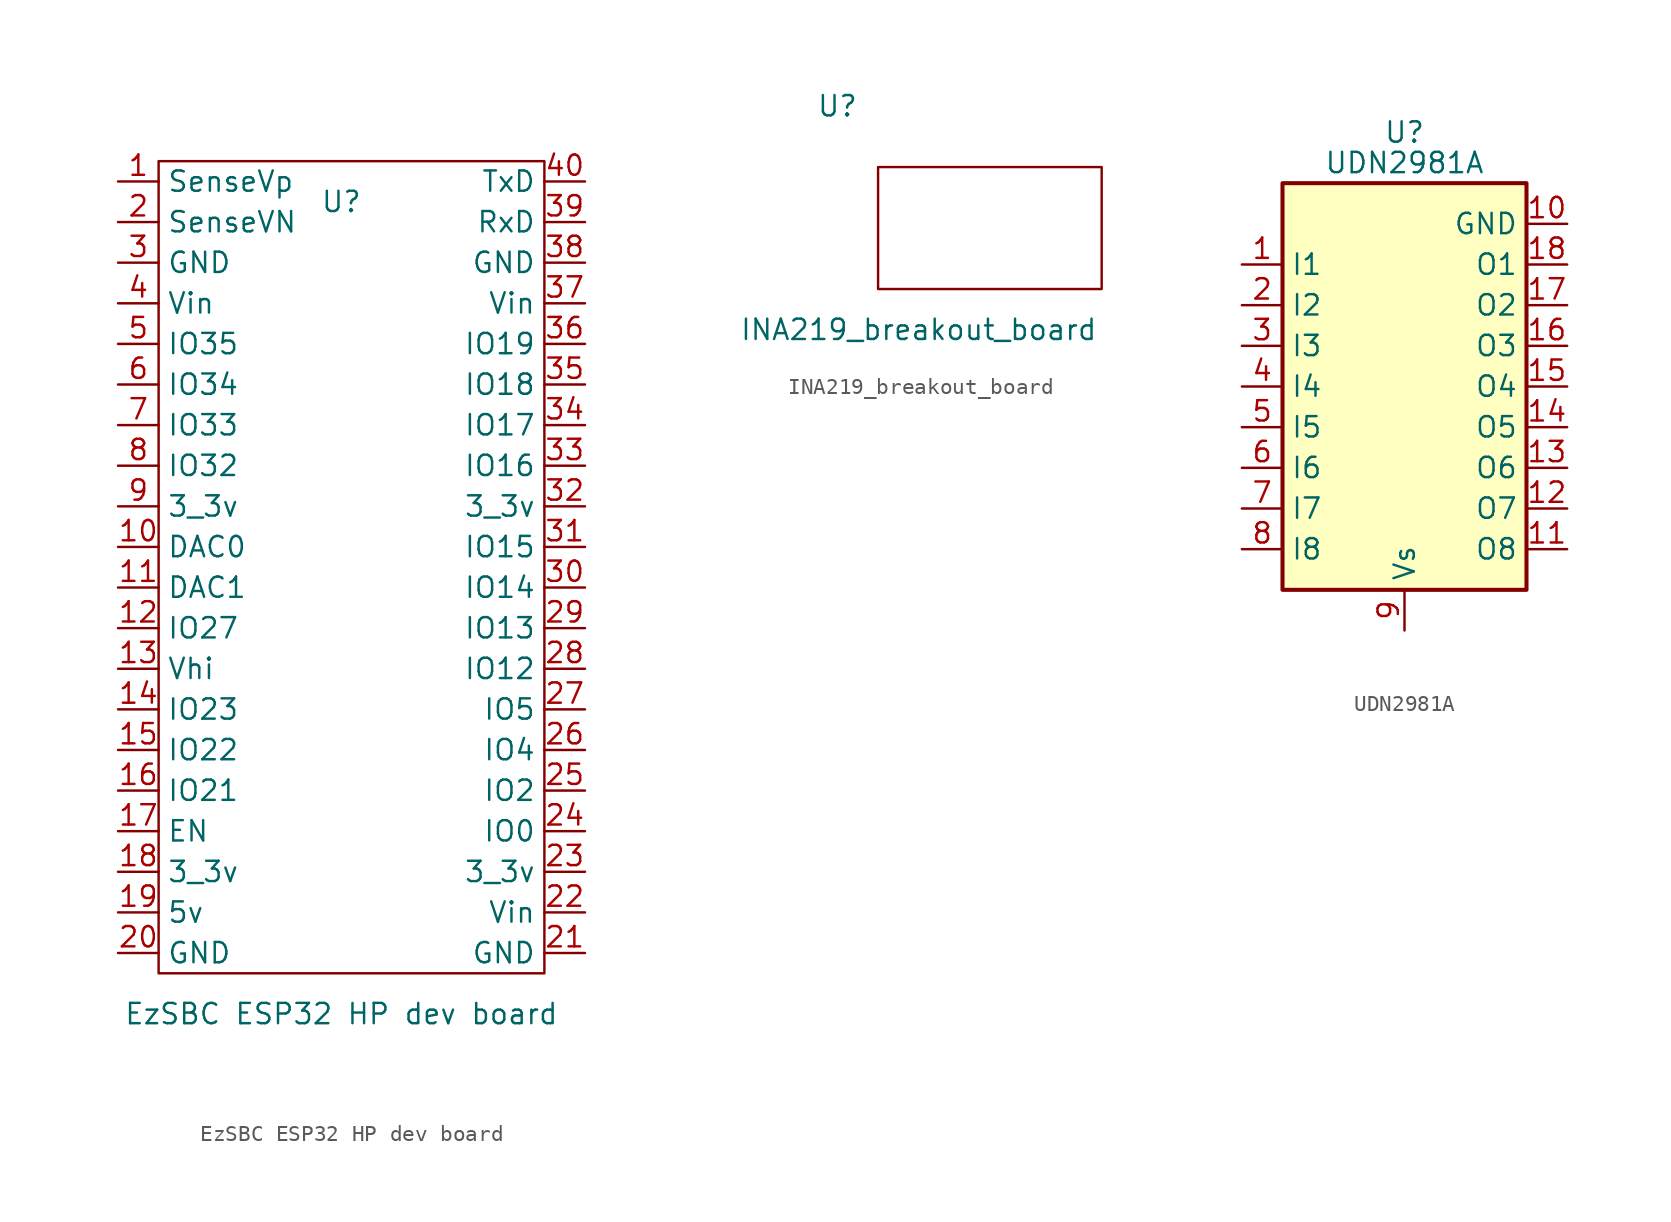
<source format=kicad_sym>
(kicad_symbol_lib
  (version 20211014)
  (generator kicad_symbol_editor)
  (symbol "EzSBC ESP32 HP dev board"
    (property "Reference" "U"
      (at 11.43 -2.54 0)
      (effects (font (size 1.27 1.27))))
    (property "Value" "EzSBC ESP32 HP dev board"
      (at 11.43 -53.34 0)
      (effects (font (size 1.27 1.27))))
    (symbol "EzSBC ESP32 HP dev board_0_1"
      (rectangle (start 0 0) (end 24.13 -50.8) (stroke (width 0) (type default) (color 0 0 0 0)) (fill (type none))))
    (symbol "EzSBC ESP32 HP dev board_1_1"
      (pin unspecified line (at -2.54 -1.27 0) (length 2.54) (name "SenseVp" (effects (font (size 1.27 1.27)))) (number "1" (effects (font (size 1.27 1.27)))))
      (pin unspecified line (at -2.54 -24.13 0) (length 2.54) (name "DAC0" (effects (font (size 1.27 1.27)))) (number "10" (effects (font (size 1.27 1.27)))))
      (pin unspecified line (at -2.54 -26.67 0) (length 2.54) (name "DAC1" (effects (font (size 1.27 1.27)))) (number "11" (effects (font (size 1.27 1.27)))))
      (pin unspecified line (at -2.54 -29.21 0) (length 2.54) (name "IO27" (effects (font (size 1.27 1.27)))) (number "12" (effects (font (size 1.27 1.27)))))
      (pin unspecified line (at -2.54 -31.75 0) (length 2.54) (name "Vhi" (effects (font (size 1.27 1.27)))) (number "13" (effects (font (size 1.27 1.27)))))
      (pin unspecified line (at -2.54 -34.29 0) (length 2.54) (name "IO23" (effects (font (size 1.27 1.27)))) (number "14" (effects (font (size 1.27 1.27)))))
      (pin unspecified line (at -2.54 -36.83 0) (length 2.54) (name "IO22" (effects (font (size 1.27 1.27)))) (number "15" (effects (font (size 1.27 1.27)))))
      (pin unspecified line (at -2.54 -39.37 0) (length 2.54) (name "IO21" (effects (font (size 1.27 1.27)))) (number "16" (effects (font (size 1.27 1.27)))))
      (pin unspecified line (at -2.54 -41.91 0) (length 2.54) (name "EN" (effects (font (size 1.27 1.27)))) (number "17" (effects (font (size 1.27 1.27)))))
      (pin unspecified line (at -2.54 -44.45 0) (length 2.54) (name "3_3v" (effects (font (size 1.27 1.27)))) (number "18" (effects (font (size 1.27 1.27)))))
      (pin unspecified line (at -2.54 -46.99 0) (length 2.54) (name "5v" (effects (font (size 1.27 1.27)))) (number "19" (effects (font (size 1.27 1.27)))))
      (pin unspecified line (at -2.54 -3.81 0) (length 2.54) (name "SenseVN" (effects (font (size 1.27 1.27)))) (number "2" (effects (font (size 1.27 1.27)))))
      (pin unspecified line (at -2.54 -49.53 0) (length 2.54) (name "GND" (effects (font (size 1.27 1.27)))) (number "20" (effects (font (size 1.27 1.27)))))
      (pin unspecified line (at 26.67 -49.53 180) (length 2.54) (name "GND" (effects (font (size 1.27 1.27)))) (number "21" (effects (font (size 1.27 1.27)))))
      (pin unspecified line (at 26.67 -46.99 180) (length 2.54) (name "Vin" (effects (font (size 1.27 1.27)))) (number "22" (effects (font (size 1.27 1.27)))))
      (pin unspecified line (at 26.67 -44.45 180) (length 2.54) (name "3_3v" (effects (font (size 1.27 1.27)))) (number "23" (effects (font (size 1.27 1.27)))))
      (pin unspecified line (at 26.67 -41.91 180) (length 2.54) (name "IO0" (effects (font (size 1.27 1.27)))) (number "24" (effects (font (size 1.27 1.27)))))
      (pin unspecified line (at 26.67 -39.37 180) (length 2.54) (name "IO2" (effects (font (size 1.27 1.27)))) (number "25" (effects (font (size 1.27 1.27)))))
      (pin unspecified line (at 26.67 -36.83 180) (length 2.54) (name "IO4" (effects (font (size 1.27 1.27)))) (number "26" (effects (font (size 1.27 1.27)))))
      (pin unspecified line (at 26.67 -34.29 180) (length 2.54) (name "IO5" (effects (font (size 1.27 1.27)))) (number "27" (effects (font (size 1.27 1.27)))))
      (pin unspecified line (at 26.67 -31.75 180) (length 2.54) (name "IO12" (effects (font (size 1.27 1.27)))) (number "28" (effects (font (size 1.27 1.27)))))
      (pin unspecified line (at 26.67 -29.21 180) (length 2.54) (name "IO13" (effects (font (size 1.27 1.27)))) (number "29" (effects (font (size 1.27 1.27)))))
      (pin unspecified line (at -2.54 -6.35 0) (length 2.54) (name "GND" (effects (font (size 1.27 1.27)))) (number "3" (effects (font (size 1.27 1.27)))))
      (pin unspecified line (at 26.67 -26.67 180) (length 2.54) (name "IO14" (effects (font (size 1.27 1.27)))) (number "30" (effects (font (size 1.27 1.27)))))
      (pin unspecified line (at 26.67 -24.13 180) (length 2.54) (name "IO15" (effects (font (size 1.27 1.27)))) (number "31" (effects (font (size 1.27 1.27)))))
      (pin unspecified line (at 26.67 -21.59 180) (length 2.54) (name "3_3v" (effects (font (size 1.27 1.27)))) (number "32" (effects (font (size 1.27 1.27)))))
      (pin unspecified line (at 26.67 -19.05 180) (length 2.54) (name "IO16" (effects (font (size 1.27 1.27)))) (number "33" (effects (font (size 1.27 1.27)))))
      (pin unspecified line (at 26.67 -16.51 180) (length 2.54) (name "IO17" (effects (font (size 1.27 1.27)))) (number "34" (effects (font (size 1.27 1.27)))))
      (pin unspecified line (at 26.67 -13.97 180) (length 2.54) (name "IO18" (effects (font (size 1.27 1.27)))) (number "35" (effects (font (size 1.27 1.27)))))
      (pin unspecified line (at 26.67 -11.43 180) (length 2.54) (name "IO19" (effects (font (size 1.27 1.27)))) (number "36" (effects (font (size 1.27 1.27)))))
      (pin unspecified line (at 26.67 -8.89 180) (length 2.54) (name "Vin" (effects (font (size 1.27 1.27)))) (number "37" (effects (font (size 1.27 1.27)))))
      (pin unspecified line (at 26.67 -6.35 180) (length 2.54) (name "GND" (effects (font (size 1.27 1.27)))) (number "38" (effects (font (size 1.27 1.27)))))
      (pin unspecified line (at 26.67 -3.81 180) (length 2.54) (name "RxD" (effects (font (size 1.27 1.27)))) (number "39" (effects (font (size 1.27 1.27)))))
      (pin unspecified line (at -2.54 -8.89 0) (length 2.54) (name "Vin" (effects (font (size 1.27 1.27)))) (number "4" (effects (font (size 1.27 1.27)))))
      (pin unspecified line (at 26.67 -1.27 180) (length 2.54) (name "TxD" (effects (font (size 1.27 1.27)))) (number "40" (effects (font (size 1.27 1.27)))))
      (pin unspecified line (at -2.54 -11.43 0) (length 2.54) (name "IO35" (effects (font (size 1.27 1.27)))) (number "5" (effects (font (size 1.27 1.27)))))
      (pin unspecified line (at -2.54 -13.97 0) (length 2.54) (name "IO34" (effects (font (size 1.27 1.27)))) (number "6" (effects (font (size 1.27 1.27)))))
      (pin unspecified line (at -2.54 -16.51 0) (length 2.54) (name "IO33" (effects (font (size 1.27 1.27)))) (number "7" (effects (font (size 1.27 1.27)))))
      (pin unspecified line (at -2.54 -19.05 0) (length 2.54) (name "IO32" (effects (font (size 1.27 1.27)))) (number "8" (effects (font (size 1.27 1.27)))))
      (pin unspecified line (at -2.54 -21.59 0) (length 2.54) (name "3_3v" (effects (font (size 1.27 1.27)))) (number "9" (effects (font (size 1.27 1.27)))))))
  (symbol "INA219_breakout_board"
    (property "Reference" "U"
      (at -5.08 6.35 0)
      (effects (font (size 1.27 1.27))))
    (property "Value" "INA219_breakout_board"
      (at 0 -7.62 0)
      (effects (font (size 1.27 1.27))))
    (symbol "INA219_breakout_board_0_1"
      (rectangle (start -2.54 2.54) (end 11.43 -5.08) (stroke (width 0) (type default) (color 0 0 0 0)) (fill (type none)))))
  (symbol "UDN2981A"
    (property "Reference" "U"
      (at 0 13.335 0)
      (effects (font (size 1.27 1.27))))
    (property "Value" "UDN2981A"
      (at 0 11.43 0)
      (effects (font (size 1.27 1.27))))
    (symbol "UDN2981A_0_1"
      (rectangle (start -7.62 -15.24) (end 7.62 10.16) (stroke (width 0.254) (type default) (color 0 0 0 0)) (fill (type background))))
    (symbol "UDN2981A_1_1"
      (pin input line (at -10.16 5.08 0) (length 2.54) (name "I1" (effects (font (size 1.27 1.27)))) (number "1" (effects (font (size 1.27 1.27)))))
      (pin passive line (at 10.16 7.62 180) (length 2.54) (name "GND" (effects (font (size 1.27 1.27)))) (number "10" (effects (font (size 1.27 1.27)))))
      (pin open_collector line (at 10.16 -12.7 180) (length 2.54) (name "O8" (effects (font (size 1.27 1.27)))) (number "11" (effects (font (size 1.27 1.27)))))
      (pin open_collector line (at 10.16 -10.16 180) (length 2.54) (name "O7" (effects (font (size 1.27 1.27)))) (number "12" (effects (font (size 1.27 1.27)))))
      (pin open_collector line (at 10.16 -7.62 180) (length 2.54) (name "O6" (effects (font (size 1.27 1.27)))) (number "13" (effects (font (size 1.27 1.27)))))
      (pin open_collector line (at 10.16 -5.08 180) (length 2.54) (name "O5" (effects (font (size 1.27 1.27)))) (number "14" (effects (font (size 1.27 1.27)))))
      (pin open_collector line (at 10.16 -2.54 180) (length 2.54) (name "O4" (effects (font (size 1.27 1.27)))) (number "15" (effects (font (size 1.27 1.27)))))
      (pin open_collector line (at 10.16 0 180) (length 2.54) (name "O3" (effects (font (size 1.27 1.27)))) (number "16" (effects (font (size 1.27 1.27)))))
      (pin open_collector line (at 10.16 2.54 180) (length 2.54) (name "O2" (effects (font (size 1.27 1.27)))) (number "17" (effects (font (size 1.27 1.27)))))
      (pin open_collector line (at 10.16 5.08 180) (length 2.54) (name "O1" (effects (font (size 1.27 1.27)))) (number "18" (effects (font (size 1.27 1.27)))))
      (pin input line (at -10.16 2.54 0) (length 2.54) (name "I2" (effects (font (size 1.27 1.27)))) (number "2" (effects (font (size 1.27 1.27)))))
      (pin input line (at -10.16 0 0) (length 2.54) (name "I3" (effects (font (size 1.27 1.27)))) (number "3" (effects (font (size 1.27 1.27)))))
      (pin input line (at -10.16 -2.54 0) (length 2.54) (name "I4" (effects (font (size 1.27 1.27)))) (number "4" (effects (font (size 1.27 1.27)))))
      (pin input line (at -10.16 -5.08 0) (length 2.54) (name "I5" (effects (font (size 1.27 1.27)))) (number "5" (effects (font (size 1.27 1.27)))))
      (pin input line (at -10.16 -7.62 0) (length 2.54) (name "I6" (effects (font (size 1.27 1.27)))) (number "6" (effects (font (size 1.27 1.27)))))
      (pin input line (at -10.16 -10.16 0) (length 2.54) (name "I7" (effects (font (size 1.27 1.27)))) (number "7" (effects (font (size 1.27 1.27)))))
      (pin input line (at -10.16 -12.7 0) (length 2.54) (name "I8" (effects (font (size 1.27 1.27)))) (number "8" (effects (font (size 1.27 1.27)))))
      (pin power_in line (at 0 -17.78 90) (length 2.54) (name "Vs" (effects (font (size 1.27 1.27)))) (number "9" (effects (font (size 1.27 1.27))))))))
</source>
